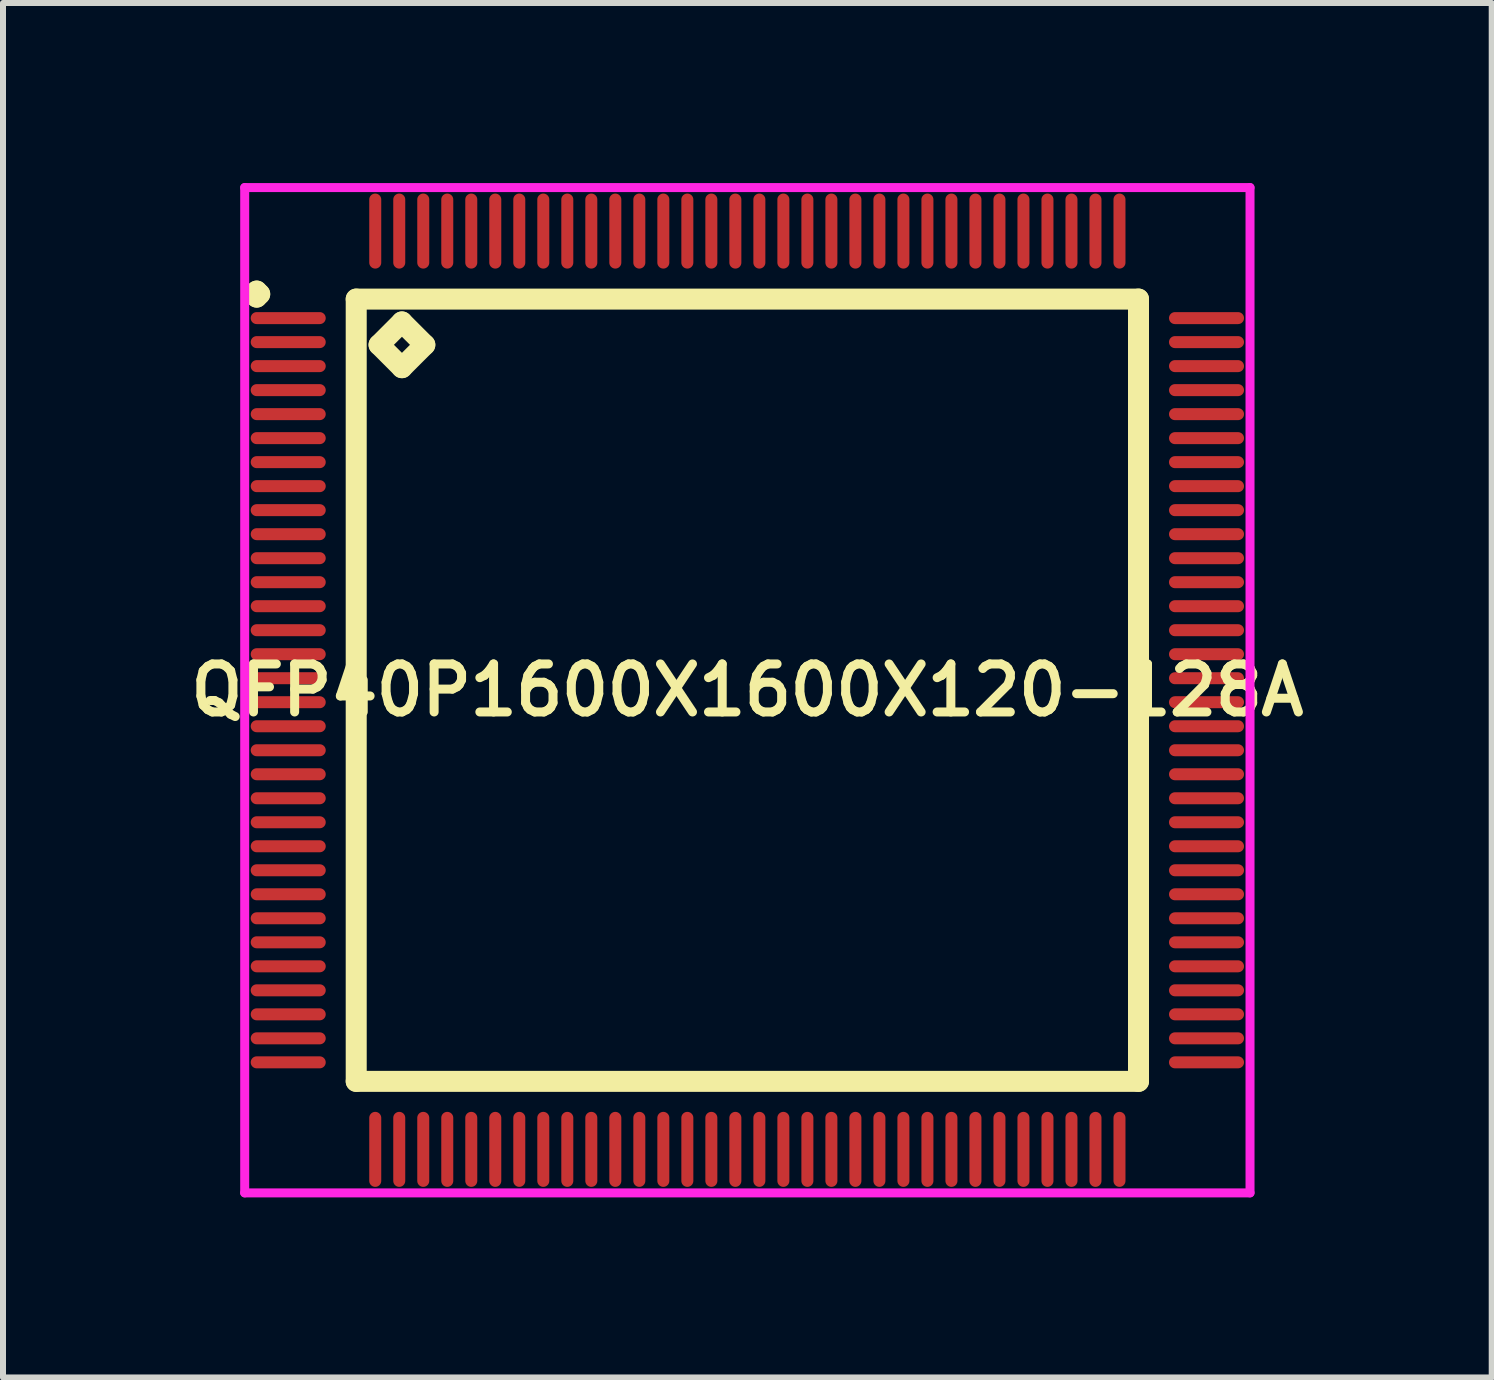
<source format=kicad_pcb>
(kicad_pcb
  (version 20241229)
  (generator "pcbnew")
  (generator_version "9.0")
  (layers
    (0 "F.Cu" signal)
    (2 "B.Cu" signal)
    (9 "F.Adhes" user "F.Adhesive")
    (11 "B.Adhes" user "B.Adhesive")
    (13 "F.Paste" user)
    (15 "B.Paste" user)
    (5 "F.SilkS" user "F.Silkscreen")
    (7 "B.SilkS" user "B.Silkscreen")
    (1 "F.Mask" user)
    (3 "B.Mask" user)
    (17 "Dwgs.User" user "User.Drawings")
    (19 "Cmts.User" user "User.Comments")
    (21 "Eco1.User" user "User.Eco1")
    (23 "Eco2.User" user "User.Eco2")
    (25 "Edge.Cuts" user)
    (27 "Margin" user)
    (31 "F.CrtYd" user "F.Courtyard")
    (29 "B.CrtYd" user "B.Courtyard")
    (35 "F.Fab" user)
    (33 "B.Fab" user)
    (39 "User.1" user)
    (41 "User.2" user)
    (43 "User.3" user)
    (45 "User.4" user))
  (footprint "QFP40P1600X1600X120-128A"
    (layer "F.Cu")
    (at 9.402 8.45)
    (property "Reference" "QFP40P1600X1600X120-128A" (at 0 0 0) (layer "F.SilkS") (effects (font (size 0.8 0.8) (thickness 0.15))))
    (attr smd)
    (fp_line (start -8.225 -6.6) (end -8.175 -6.65) (stroke (width 0.35) (type solid)) (layer "F.SilkS"))
    (fp_line (start -8.175 -6.65) (end -8.125 -6.6) (stroke (width 0.35) (type solid)) (layer "F.SilkS"))
    (fp_line (start -8.175 -6.55) (end -8.225 -6.6) (stroke (width 0.35) (type solid)) (layer "F.SilkS"))
    (fp_line (start -8.125 -6.6) (end -8.175 -6.55) (stroke (width 0.35) (type solid)) (layer "F.SilkS"))
    (fp_line (start -6.517 -6.517) (end -6.517 6.517) (stroke (width 0.35) (type solid)) (layer "F.SilkS"))
    (fp_line (start -6.517 6.517) (end 6.517 6.517) (stroke (width 0.35) (type solid)) (layer "F.SilkS"))
    (fp_line (start -6.136 -5.755) (end -5.755 -6.136) (stroke (width 0.35) (type solid)) (layer "F.SilkS"))
    (fp_line (start -5.755 -6.136) (end -5.374 -5.755) (stroke (width 0.35) (type solid)) (layer "F.SilkS"))
    (fp_line (start -5.755 -5.374) (end -6.136 -5.755) (stroke (width 0.35) (type solid)) (layer "F.SilkS"))
    (fp_line (start -5.374 -5.755) (end -5.755 -5.374) (stroke (width 0.35) (type solid)) (layer "F.SilkS"))
    (fp_line (start 6.517 -6.517) (end -6.517 -6.517) (stroke (width 0.35) (type solid)) (layer "F.SilkS"))
    (fp_line (start 6.517 6.517) (end 6.517 -6.517) (stroke (width 0.35) (type solid)) (layer "F.SilkS"))
    (fp_line (start -8.375 -8.375) (end 8.375 -8.375) (stroke (width 0.15) (type solid)) (layer "F.CrtYd"))
    (fp_line (start -8.375 8.375) (end -8.375 -8.375) (stroke (width 0.15) (type solid)) (layer "F.CrtYd"))
    (fp_line (start 8.375 -8.375) (end 8.375 8.375) (stroke (width 0.15) (type solid)) (layer "F.CrtYd"))
    (fp_line (start 8.375 8.375) (end -8.375 8.375) (stroke (width 0.15) (type solid)) (layer "F.CrtYd"))
    (pad "1" smd oval (at -7.65 -6.2) (size 1.25 0.2) (layers "F.Cu" "F.Mask" "F.Paste"))
    (pad "2" smd oval (at -7.65 -5.8) (size 1.25 0.2) (layers "F.Cu" "F.Mask" "F.Paste"))
    (pad "3" smd oval (at -7.65 -5.4) (size 1.25 0.2) (layers "F.Cu" "F.Mask" "F.Paste"))
    (pad "4" smd oval (at -7.65 -5) (size 1.25 0.2) (layers "F.Cu" "F.Mask" "F.Paste"))
    (pad "5" smd oval (at -7.65 -4.6) (size 1.25 0.2) (layers "F.Cu" "F.Mask" "F.Paste"))
    (pad "6" smd oval (at -7.65 -4.2) (size 1.25 0.2) (layers "F.Cu" "F.Mask" "F.Paste"))
    (pad "7" smd oval (at -7.65 -3.8) (size 1.25 0.2) (layers "F.Cu" "F.Mask" "F.Paste"))
    (pad "8" smd oval (at -7.65 -3.4) (size 1.25 0.2) (layers "F.Cu" "F.Mask" "F.Paste"))
    (pad "9" smd oval (at -7.65 -3) (size 1.25 0.2) (layers "F.Cu" "F.Mask" "F.Paste"))
    (pad "10" smd oval (at -7.65 -2.6) (size 1.25 0.2) (layers "F.Cu" "F.Mask" "F.Paste"))
    (pad "11" smd oval (at -7.65 -2.2) (size 1.25 0.2) (layers "F.Cu" "F.Mask" "F.Paste"))
    (pad "12" smd oval (at -7.65 -1.8) (size 1.25 0.2) (layers "F.Cu" "F.Mask" "F.Paste"))
    (pad "13" smd oval (at -7.65 -1.4) (size 1.25 0.2) (layers "F.Cu" "F.Mask" "F.Paste"))
    (pad "14" smd oval (at -7.65 -1) (size 1.25 0.2) (layers "F.Cu" "F.Mask" "F.Paste"))
    (pad "15" smd oval (at -7.65 -0.6) (size 1.25 0.2) (layers "F.Cu" "F.Mask" "F.Paste"))
    (pad "16" smd oval (at -7.65 -0.2) (size 1.25 0.2) (layers "F.Cu" "F.Mask" "F.Paste"))
    (pad "17" smd oval (at -7.65 0.2) (size 1.25 0.2) (layers "F.Cu" "F.Mask" "F.Paste"))
    (pad "18" smd oval (at -7.65 0.6) (size 1.25 0.2) (layers "F.Cu" "F.Mask" "F.Paste"))
    (pad "19" smd oval (at -7.65 1) (size 1.25 0.2) (layers "F.Cu" "F.Mask" "F.Paste"))
    (pad "20" smd oval (at -7.65 1.4) (size 1.25 0.2) (layers "F.Cu" "F.Mask" "F.Paste"))
    (pad "21" smd oval (at -7.65 1.8) (size 1.25 0.2) (layers "F.Cu" "F.Mask" "F.Paste"))
    (pad "22" smd oval (at -7.65 2.2) (size 1.25 0.2) (layers "F.Cu" "F.Mask" "F.Paste"))
    (pad "23" smd oval (at -7.65 2.6) (size 1.25 0.2) (layers "F.Cu" "F.Mask" "F.Paste"))
    (pad "24" smd oval (at -7.65 3) (size 1.25 0.2) (layers "F.Cu" "F.Mask" "F.Paste"))
    (pad "25" smd oval (at -7.65 3.4) (size 1.25 0.2) (layers "F.Cu" "F.Mask" "F.Paste"))
    (pad "26" smd oval (at -7.65 3.8) (size 1.25 0.2) (layers "F.Cu" "F.Mask" "F.Paste"))
    (pad "27" smd oval (at -7.65 4.2) (size 1.25 0.2) (layers "F.Cu" "F.Mask" "F.Paste"))
    (pad "28" smd oval (at -7.65 4.6) (size 1.25 0.2) (layers "F.Cu" "F.Mask" "F.Paste"))
    (pad "29" smd oval (at -7.65 5) (size 1.25 0.2) (layers "F.Cu" "F.Mask" "F.Paste"))
    (pad "30" smd oval (at -7.65 5.4) (size 1.25 0.2) (layers "F.Cu" "F.Mask" "F.Paste"))
    (pad "31" smd oval (at -7.65 5.8) (size 1.25 0.2) (layers "F.Cu" "F.Mask" "F.Paste"))
    (pad "32" smd oval (at -7.65 6.2) (size 1.25 0.2) (layers "F.Cu" "F.Mask" "F.Paste"))
    (pad "33" smd oval (at -6.2 7.65) (size 0.2 1.25) (layers "F.Cu" "F.Mask" "F.Paste"))
    (pad "34" smd oval (at -5.8 7.65) (size 0.2 1.25) (layers "F.Cu" "F.Mask" "F.Paste"))
    (pad "35" smd oval (at -5.4 7.65) (size 0.2 1.25) (layers "F.Cu" "F.Mask" "F.Paste"))
    (pad "36" smd oval (at -5 7.65) (size 0.2 1.25) (layers "F.Cu" "F.Mask" "F.Paste"))
    (pad "37" smd oval (at -4.6 7.65) (size 0.2 1.25) (layers "F.Cu" "F.Mask" "F.Paste"))
    (pad "38" smd oval (at -4.2 7.65) (size 0.2 1.25) (layers "F.Cu" "F.Mask" "F.Paste"))
    (pad "39" smd oval (at -3.8 7.65) (size 0.2 1.25) (layers "F.Cu" "F.Mask" "F.Paste"))
    (pad "40" smd oval (at -3.4 7.65) (size 0.2 1.25) (layers "F.Cu" "F.Mask" "F.Paste"))
    (pad "41" smd oval (at -3 7.65) (size 0.2 1.25) (layers "F.Cu" "F.Mask" "F.Paste"))
    (pad "42" smd oval (at -2.6 7.65) (size 0.2 1.25) (layers "F.Cu" "F.Mask" "F.Paste"))
    (pad "43" smd oval (at -2.2 7.65) (size 0.2 1.25) (layers "F.Cu" "F.Mask" "F.Paste"))
    (pad "44" smd oval (at -1.8 7.65) (size 0.2 1.25) (layers "F.Cu" "F.Mask" "F.Paste"))
    (pad "45" smd oval (at -1.4 7.65) (size 0.2 1.25) (layers "F.Cu" "F.Mask" "F.Paste"))
    (pad "46" smd oval (at -1 7.65) (size 0.2 1.25) (layers "F.Cu" "F.Mask" "F.Paste"))
    (pad "47" smd oval (at -0.6 7.65) (size 0.2 1.25) (layers "F.Cu" "F.Mask" "F.Paste"))
    (pad "48" smd oval (at -0.2 7.65) (size 0.2 1.25) (layers "F.Cu" "F.Mask" "F.Paste"))
    (pad "49" smd oval (at 0.2 7.65) (size 0.2 1.25) (layers "F.Cu" "F.Mask" "F.Paste"))
    (pad "50" smd oval (at 0.6 7.65) (size 0.2 1.25) (layers "F.Cu" "F.Mask" "F.Paste"))
    (pad "51" smd oval (at 1 7.65) (size 0.2 1.25) (layers "F.Cu" "F.Mask" "F.Paste"))
    (pad "52" smd oval (at 1.4 7.65) (size 0.2 1.25) (layers "F.Cu" "F.Mask" "F.Paste"))
    (pad "53" smd oval (at 1.8 7.65) (size 0.2 1.25) (layers "F.Cu" "F.Mask" "F.Paste"))
    (pad "54" smd oval (at 2.2 7.65) (size 0.2 1.25) (layers "F.Cu" "F.Mask" "F.Paste"))
    (pad "55" smd oval (at 2.6 7.65) (size 0.2 1.25) (layers "F.Cu" "F.Mask" "F.Paste"))
    (pad "56" smd oval (at 3 7.65) (size 0.2 1.25) (layers "F.Cu" "F.Mask" "F.Paste"))
    (pad "57" smd oval (at 3.4 7.65) (size 0.2 1.25) (layers "F.Cu" "F.Mask" "F.Paste"))
    (pad "58" smd oval (at 3.8 7.65) (size 0.2 1.25) (layers "F.Cu" "F.Mask" "F.Paste"))
    (pad "59" smd oval (at 4.2 7.65) (size 0.2 1.25) (layers "F.Cu" "F.Mask" "F.Paste"))
    (pad "60" smd oval (at 4.6 7.65) (size 0.2 1.25) (layers "F.Cu" "F.Mask" "F.Paste"))
    (pad "61" smd oval (at 5 7.65) (size 0.2 1.25) (layers "F.Cu" "F.Mask" "F.Paste"))
    (pad "62" smd oval (at 5.4 7.65) (size 0.2 1.25) (layers "F.Cu" "F.Mask" "F.Paste"))
    (pad "63" smd oval (at 5.8 7.65) (size 0.2 1.25) (layers "F.Cu" "F.Mask" "F.Paste"))
    (pad "64" smd oval (at 6.2 7.65) (size 0.2 1.25) (layers "F.Cu" "F.Mask" "F.Paste"))
    (pad "65" smd oval (at 7.65 6.2) (size 1.25 0.2) (layers "F.Cu" "F.Mask" "F.Paste"))
    (pad "66" smd oval (at 7.65 5.8) (size 1.25 0.2) (layers "F.Cu" "F.Mask" "F.Paste"))
    (pad "67" smd oval (at 7.65 5.4) (size 1.25 0.2) (layers "F.Cu" "F.Mask" "F.Paste"))
    (pad "68" smd oval (at 7.65 5) (size 1.25 0.2) (layers "F.Cu" "F.Mask" "F.Paste"))
    (pad "69" smd oval (at 7.65 4.6) (size 1.25 0.2) (layers "F.Cu" "F.Mask" "F.Paste"))
    (pad "70" smd oval (at 7.65 4.2) (size 1.25 0.2) (layers "F.Cu" "F.Mask" "F.Paste"))
    (pad "71" smd oval (at 7.65 3.8) (size 1.25 0.2) (layers "F.Cu" "F.Mask" "F.Paste"))
    (pad "72" smd oval (at 7.65 3.4) (size 1.25 0.2) (layers "F.Cu" "F.Mask" "F.Paste"))
    (pad "73" smd oval (at 7.65 3) (size 1.25 0.2) (layers "F.Cu" "F.Mask" "F.Paste"))
    (pad "74" smd oval (at 7.65 2.6) (size 1.25 0.2) (layers "F.Cu" "F.Mask" "F.Paste"))
    (pad "75" smd oval (at 7.65 2.2) (size 1.25 0.2) (layers "F.Cu" "F.Mask" "F.Paste"))
    (pad "76" smd oval (at 7.65 1.8) (size 1.25 0.2) (layers "F.Cu" "F.Mask" "F.Paste"))
    (pad "77" smd oval (at 7.65 1.4) (size 1.25 0.2) (layers "F.Cu" "F.Mask" "F.Paste"))
    (pad "78" smd oval (at 7.65 1) (size 1.25 0.2) (layers "F.Cu" "F.Mask" "F.Paste"))
    (pad "79" smd oval (at 7.65 0.6) (size 1.25 0.2) (layers "F.Cu" "F.Mask" "F.Paste"))
    (pad "80" smd oval (at 7.65 0.2) (size 1.25 0.2) (layers "F.Cu" "F.Mask" "F.Paste"))
    (pad "81" smd oval (at 7.65 -0.2) (size 1.25 0.2) (layers "F.Cu" "F.Mask" "F.Paste"))
    (pad "82" smd oval (at 7.65 -0.6) (size 1.25 0.2) (layers "F.Cu" "F.Mask" "F.Paste"))
    (pad "83" smd oval (at 7.65 -1) (size 1.25 0.2) (layers "F.Cu" "F.Mask" "F.Paste"))
    (pad "84" smd oval (at 7.65 -1.4) (size 1.25 0.2) (layers "F.Cu" "F.Mask" "F.Paste"))
    (pad "85" smd oval (at 7.65 -1.8) (size 1.25 0.2) (layers "F.Cu" "F.Mask" "F.Paste"))
    (pad "86" smd oval (at 7.65 -2.2) (size 1.25 0.2) (layers "F.Cu" "F.Mask" "F.Paste"))
    (pad "87" smd oval (at 7.65 -2.6) (size 1.25 0.2) (layers "F.Cu" "F.Mask" "F.Paste"))
    (pad "88" smd oval (at 7.65 -3) (size 1.25 0.2) (layers "F.Cu" "F.Mask" "F.Paste"))
    (pad "89" smd oval (at 7.65 -3.4) (size 1.25 0.2) (layers "F.Cu" "F.Mask" "F.Paste"))
    (pad "90" smd oval (at 7.65 -3.8) (size 1.25 0.2) (layers "F.Cu" "F.Mask" "F.Paste"))
    (pad "91" smd oval (at 7.65 -4.2) (size 1.25 0.2) (layers "F.Cu" "F.Mask" "F.Paste"))
    (pad "92" smd oval (at 7.65 -4.6) (size 1.25 0.2) (layers "F.Cu" "F.Mask" "F.Paste"))
    (pad "93" smd oval (at 7.65 -5) (size 1.25 0.2) (layers "F.Cu" "F.Mask" "F.Paste"))
    (pad "94" smd oval (at 7.65 -5.4) (size 1.25 0.2) (layers "F.Cu" "F.Mask" "F.Paste"))
    (pad "95" smd oval (at 7.65 -5.8) (size 1.25 0.2) (layers "F.Cu" "F.Mask" "F.Paste"))
    (pad "96" smd oval (at 7.65 -6.2) (size 1.25 0.2) (layers "F.Cu" "F.Mask" "F.Paste"))
    (pad "97" smd oval (at 6.2 -7.65) (size 0.2 1.25) (layers "F.Cu" "F.Mask" "F.Paste"))
    (pad "98" smd oval (at 5.8 -7.65) (size 0.2 1.25) (layers "F.Cu" "F.Mask" "F.Paste"))
    (pad "99" smd oval (at 5.4 -7.65) (size 0.2 1.25) (layers "F.Cu" "F.Mask" "F.Paste"))
    (pad "100" smd oval (at 5 -7.65) (size 0.2 1.25) (layers "F.Cu" "F.Mask" "F.Paste"))
    (pad "101" smd oval (at 4.6 -7.65) (size 0.2 1.25) (layers "F.Cu" "F.Mask" "F.Paste"))
    (pad "102" smd oval (at 4.2 -7.65) (size 0.2 1.25) (layers "F.Cu" "F.Mask" "F.Paste"))
    (pad "103" smd oval (at 3.8 -7.65) (size 0.2 1.25) (layers "F.Cu" "F.Mask" "F.Paste"))
    (pad "104" smd oval (at 3.4 -7.65) (size 0.2 1.25) (layers "F.Cu" "F.Mask" "F.Paste"))
    (pad "105" smd oval (at 3 -7.65) (size 0.2 1.25) (layers "F.Cu" "F.Mask" "F.Paste"))
    (pad "106" smd oval (at 2.6 -7.65) (size 0.2 1.25) (layers "F.Cu" "F.Mask" "F.Paste"))
    (pad "107" smd oval (at 2.2 -7.65) (size 0.2 1.25) (layers "F.Cu" "F.Mask" "F.Paste"))
    (pad "108" smd oval (at 1.8 -7.65) (size 0.2 1.25) (layers "F.Cu" "F.Mask" "F.Paste"))
    (pad "109" smd oval (at 1.4 -7.65) (size 0.2 1.25) (layers "F.Cu" "F.Mask" "F.Paste"))
    (pad "110" smd oval (at 1 -7.65) (size 0.2 1.25) (layers "F.Cu" "F.Mask" "F.Paste"))
    (pad "111" smd oval (at 0.6 -7.65) (size 0.2 1.25) (layers "F.Cu" "F.Mask" "F.Paste"))
    (pad "112" smd oval (at 0.2 -7.65) (size 0.2 1.25) (layers "F.Cu" "F.Mask" "F.Paste"))
    (pad "113" smd oval (at -0.2 -7.65) (size 0.2 1.25) (layers "F.Cu" "F.Mask" "F.Paste"))
    (pad "114" smd oval (at -0.6 -7.65) (size 0.2 1.25) (layers "F.Cu" "F.Mask" "F.Paste"))
    (pad "115" smd oval (at -1 -7.65) (size 0.2 1.25) (layers "F.Cu" "F.Mask" "F.Paste"))
    (pad "116" smd oval (at -1.4 -7.65) (size 0.2 1.25) (layers "F.Cu" "F.Mask" "F.Paste"))
    (pad "117" smd oval (at -1.8 -7.65) (size 0.2 1.25) (layers "F.Cu" "F.Mask" "F.Paste"))
    (pad "118" smd oval (at -2.2 -7.65) (size 0.2 1.25) (layers "F.Cu" "F.Mask" "F.Paste"))
    (pad "119" smd oval (at -2.6 -7.65) (size 0.2 1.25) (layers "F.Cu" "F.Mask" "F.Paste"))
    (pad "120" smd oval (at -3 -7.65) (size 0.2 1.25) (layers "F.Cu" "F.Mask" "F.Paste"))
    (pad "121" smd oval (at -3.4 -7.65) (size 0.2 1.25) (layers "F.Cu" "F.Mask" "F.Paste"))
    (pad "122" smd oval (at -3.8 -7.65) (size 0.2 1.25) (layers "F.Cu" "F.Mask" "F.Paste"))
    (pad "123" smd oval (at -4.2 -7.65) (size 0.2 1.25) (layers "F.Cu" "F.Mask" "F.Paste"))
    (pad "124" smd oval (at -4.6 -7.65) (size 0.2 1.25) (layers "F.Cu" "F.Mask" "F.Paste"))
    (pad "125" smd oval (at -5 -7.65) (size 0.2 1.25) (layers "F.Cu" "F.Mask" "F.Paste"))
    (pad "126" smd oval (at -5.4 -7.65) (size 0.2 1.25) (layers "F.Cu" "F.Mask" "F.Paste"))
    (pad "127" smd oval (at -5.8 -7.65) (size 0.2 1.25) (layers "F.Cu" "F.Mask" "F.Paste"))
    (pad "128" smd oval (at -6.2 -7.65) (size 0.2 1.25) (layers "F.Cu" "F.Mask" "F.Paste")))
  (gr_rect
    (start -3 -3)
    (end 21.804 19.9)
    (stroke (width 0.1) (type default))
    (fill no)
    (layer "Edge.Cuts")))
</source>
